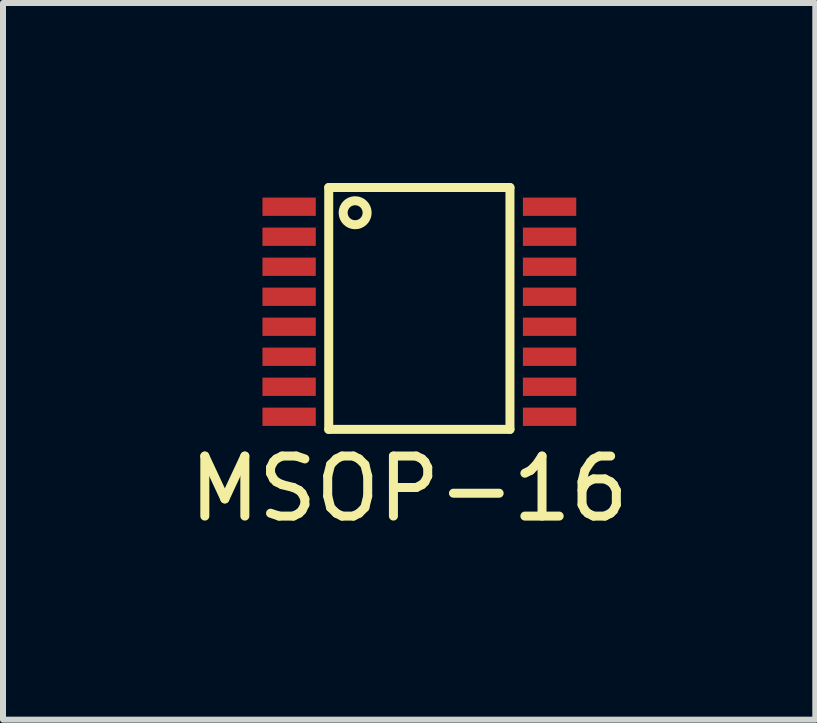
<source format=kicad_pcb>
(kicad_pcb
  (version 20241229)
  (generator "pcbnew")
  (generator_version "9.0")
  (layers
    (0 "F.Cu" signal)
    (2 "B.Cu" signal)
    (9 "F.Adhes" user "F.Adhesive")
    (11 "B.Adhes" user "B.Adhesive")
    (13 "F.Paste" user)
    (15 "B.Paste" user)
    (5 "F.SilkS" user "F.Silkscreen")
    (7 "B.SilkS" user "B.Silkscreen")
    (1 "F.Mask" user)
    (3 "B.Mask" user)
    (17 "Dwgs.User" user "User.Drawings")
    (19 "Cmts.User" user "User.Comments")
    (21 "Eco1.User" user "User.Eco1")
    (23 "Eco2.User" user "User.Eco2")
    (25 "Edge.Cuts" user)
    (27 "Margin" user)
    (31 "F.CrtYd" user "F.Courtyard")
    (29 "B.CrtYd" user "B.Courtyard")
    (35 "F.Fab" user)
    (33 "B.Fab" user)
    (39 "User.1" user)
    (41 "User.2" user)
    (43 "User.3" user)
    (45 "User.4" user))
  (footprint "MSOP-16"
    (layer "F.Cu")
    (at 3.768 2.095)
    (property "Reference" "MSOP-16" (at 0 3 0) (layer "F.SilkS") (effects (font (size 1 1) (thickness 0.15))))
    (attr through_hole)
    (fp_line (start -1.34 -2.02) (end 1.68 -2.02) (stroke (width 0.15) (type solid)) (layer "F.SilkS"))
    (fp_line (start -1.34 2.01) (end -1.34 -2.02) (stroke (width 0.15) (type solid)) (layer "F.SilkS"))
    (fp_line (start 1.68 -2.02) (end 1.68 2.01) (stroke (width 0.15) (type solid)) (layer "F.SilkS"))
    (fp_line (start 1.68 2.01) (end -1.34 2.01) (stroke (width 0.15) (type solid)) (layer "F.SilkS"))
    (fp_circle (center -0.9 -1.6) (end -0.7 -1.6) (stroke (width 0.15) (type solid)) (fill no) (layer "F.SilkS"))
    (pad "1" smd rect (at -2 -1.7) (size 0.889 0.305) (layers "F.Cu" "F.Mask" "F.Paste"))
    (pad "2" smd rect (at -2 -1.2) (size 0.889 0.305) (layers "F.Cu" "F.Mask" "F.Paste"))
    (pad "3" smd rect (at -2 -0.7) (size 0.889 0.305) (layers "F.Cu" "F.Mask" "F.Paste"))
    (pad "4" smd rect (at -2 -0.2) (size 0.889 0.305) (layers "F.Cu" "F.Mask" "F.Paste"))
    (pad "5" smd rect (at -2 0.3) (size 0.889 0.305) (layers "F.Cu" "F.Mask" "F.Paste"))
    (pad "6" smd rect (at -2 0.8) (size 0.889 0.305) (layers "F.Cu" "F.Mask" "F.Paste"))
    (pad "7" smd rect (at -2 1.3) (size 0.889 0.305) (layers "F.Cu" "F.Mask" "F.Paste"))
    (pad "8" smd rect (at -2 1.8) (size 0.889 0.305) (layers "F.Cu" "F.Mask" "F.Paste"))
    (pad "9" smd rect (at 2.34 -1.7) (size 0.889 0.305) (layers "F.Cu" "F.Mask" "F.Paste"))
    (pad "10" smd rect (at 2.34 -1.2) (size 0.889 0.305) (layers "F.Cu" "F.Mask" "F.Paste"))
    (pad "11" smd rect (at 2.34 -0.7) (size 0.889 0.305) (layers "F.Cu" "F.Mask" "F.Paste"))
    (pad "12" smd rect (at 2.34 -0.2) (size 0.889 0.305) (layers "F.Cu" "F.Mask" "F.Paste"))
    (pad "13" smd rect (at 2.34 0.3) (size 0.889 0.305) (layers "F.Cu" "F.Mask" "F.Paste"))
    (pad "14" smd rect (at 2.34 0.8) (size 0.889 0.305) (layers "F.Cu" "F.Mask" "F.Paste"))
    (pad "15" smd rect (at 2.34 1.3) (size 0.889 0.305) (layers "F.Cu" "F.Mask" "F.Paste"))
    (pad "16" smd rect (at 2.34 1.8) (size 0.889 0.305) (layers "F.Cu" "F.Mask" "F.Paste")))
  (gr_rect
    (start -3 -3)
    (end 10.536 8.943)
    (stroke (width 0.1) (type default))
    (fill no)
    (layer "Edge.Cuts")))
</source>
